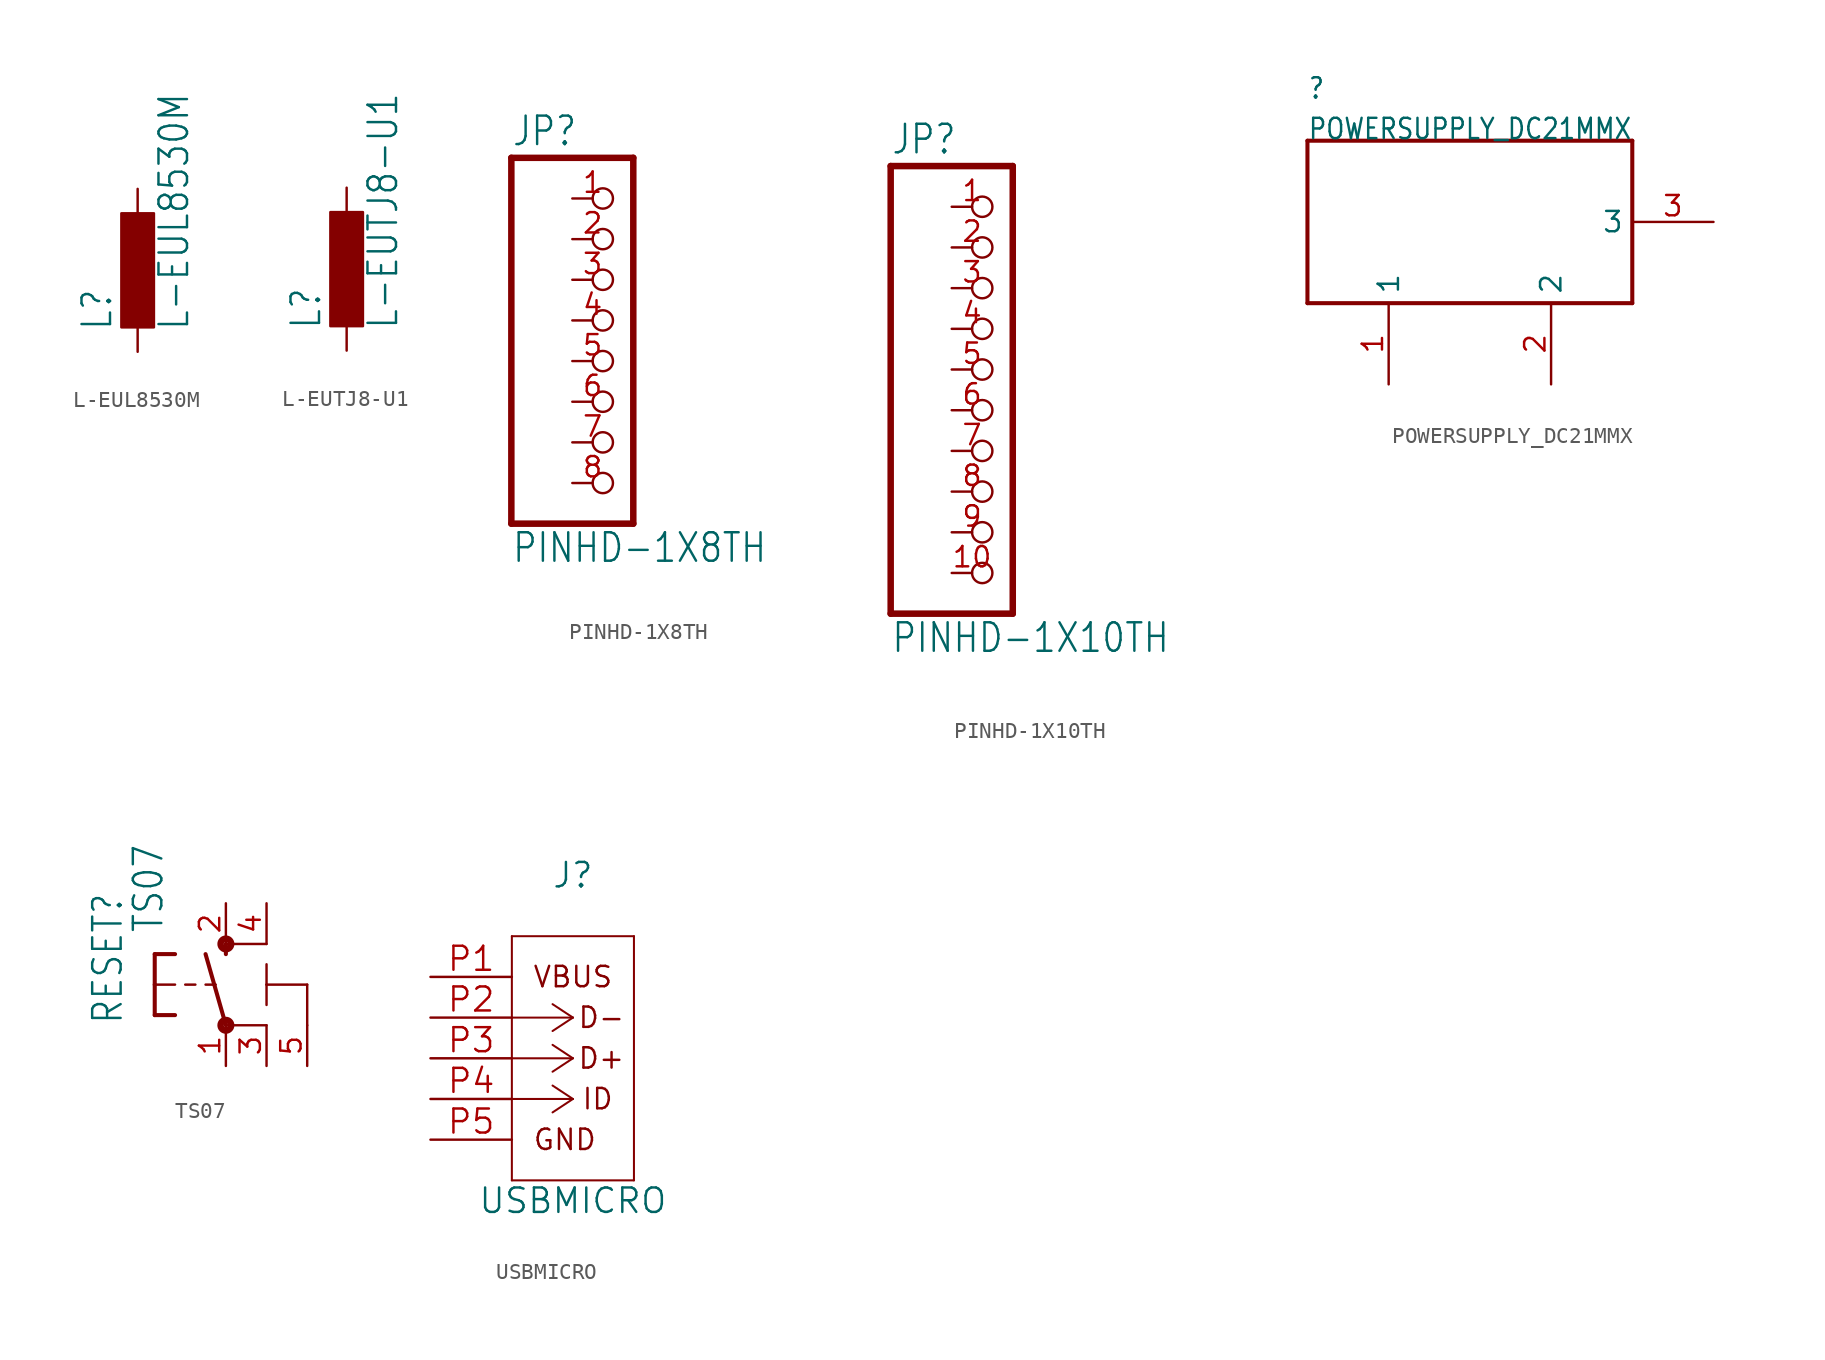
<source format=kicad_sym>
(kicad_symbol_lib
  (version 20211014)
  (generator kicad_symbol_editor)
  (symbol "L-EUL8530M"
    (property "Reference" "L"
      (at -1.499 -3.81 90)
      (effects (font (size 1.778 1.511)) (justify left bottom)))
    (property "Value" "L-EUL8530M"
      (at 3.302 -3.81 90)
      (effects (font (size 1.778 1.511)) (justify left bottom)))
    (property "ki_locked" ""
      (at 0 0 0)
      (effects (font (size 1.27 1.27))))
    (symbol "L-EUL8530M_1_0"
      (rectangle (start -1.016 -3.556) (end 1.016 3.556) (stroke (width 0) (type default) (color 0 0 0 0)) (fill (type outline)))
      (pin passive line (at 0 5.08 270) (length 2.54) (name "1" (effects (font (size 0 0)))) (number "1" (effects (font (size 0 0)))))
      (pin passive line (at 0 -5.08 90) (length 2.54) (name "2" (effects (font (size 0 0)))) (number "2" (effects (font (size 0 0)))))))
  (symbol "L-EUTJ8-U1"
    (property "Reference" "L"
      (at -1.499 -3.81 90)
      (effects (font (size 1.778 1.511)) (justify left bottom)))
    (property "Value" "L-EUTJ8-U1"
      (at 3.302 -3.81 90)
      (effects (font (size 1.778 1.511)) (justify left bottom)))
    (property "ki_locked" ""
      (at 0 0 0)
      (effects (font (size 1.27 1.27))))
    (symbol "L-EUTJ8-U1_1_0"
      (rectangle (start -1.016 -3.556) (end 1.016 3.556) (stroke (width 0) (type default) (color 0 0 0 0)) (fill (type outline)))
      (pin passive line (at 0 5.08 270) (length 2.54) (name "1" (effects (font (size 0 0)))) (number "1" (effects (font (size 0 0)))))
      (pin passive line (at 0 -5.08 90) (length 2.54) (name "2" (effects (font (size 0 0)))) (number "2" (effects (font (size 0 0)))))))
  (symbol "PINHD-1X8TH"
    (property "Reference" "JP"
      (at -6.35 13.335 0)
      (effects (font (size 1.778 1.511)) (justify left bottom)))
    (property "Value" "PINHD-1X8TH"
      (at -6.35 -12.7 0)
      (effects (font (size 1.778 1.511)) (justify left bottom)))
    (property "ki_locked" ""
      (at 0 0 0)
      (effects (font (size 1.27 1.27))))
    (symbol "PINHD-1X8TH_1_0"
      (polyline (pts (xy -6.35 -10.16) (xy 1.27 -10.16)) (stroke (width 0.406) (type default) (color 0 0 0 0)) (fill (type none)))
      (polyline (pts (xy -6.35 12.7) (xy -6.35 -10.16)) (stroke (width 0.406) (type default) (color 0 0 0 0)) (fill (type none)))
      (polyline (pts (xy 1.27 -10.16) (xy 1.27 12.7)) (stroke (width 0.406) (type default) (color 0 0 0 0)) (fill (type none)))
      (polyline (pts (xy 1.27 12.7) (xy -6.35 12.7)) (stroke (width 0.406) (type default) (color 0 0 0 0)) (fill (type none)))
      (pin passive inverted (at -2.54 10.16 0) (length 2.54) (name "1" (effects (font (size 0 0)))) (number "1" (effects (font (size 1.27 1.27)))))
      (pin passive inverted (at -2.54 7.62 0) (length 2.54) (name "2" (effects (font (size 0 0)))) (number "2" (effects (font (size 1.27 1.27)))))
      (pin passive inverted (at -2.54 5.08 0) (length 2.54) (name "3" (effects (font (size 0 0)))) (number "3" (effects (font (size 1.27 1.27)))))
      (pin passive inverted (at -2.54 2.54 0) (length 2.54) (name "4" (effects (font (size 0 0)))) (number "4" (effects (font (size 1.27 1.27)))))
      (pin passive inverted (at -2.54 0 0) (length 2.54) (name "5" (effects (font (size 0 0)))) (number "5" (effects (font (size 1.27 1.27)))))
      (pin passive inverted (at -2.54 -2.54 0) (length 2.54) (name "6" (effects (font (size 0 0)))) (number "6" (effects (font (size 1.27 1.27)))))
      (pin passive inverted (at -2.54 -5.08 0) (length 2.54) (name "7" (effects (font (size 0 0)))) (number "7" (effects (font (size 1.27 1.27)))))
      (pin passive inverted (at -2.54 -7.62 0) (length 2.54) (name "8" (effects (font (size 0 0)))) (number "8" (effects (font (size 1.27 1.27)))))))
  (symbol "PINHD-1X10TH"
    (property "Reference" "JP"
      (at -6.35 13.335 0)
      (effects (font (size 1.778 1.511)) (justify left bottom)))
    (property "Value" "PINHD-1X10TH"
      (at -6.35 -17.78 0)
      (effects (font (size 1.778 1.511)) (justify left bottom)))
    (property "ki_locked" ""
      (at 0 0 0)
      (effects (font (size 1.27 1.27))))
    (symbol "PINHD-1X10TH_1_0"
      (polyline (pts (xy -6.35 -15.24) (xy 1.27 -15.24)) (stroke (width 0.406) (type default) (color 0 0 0 0)) (fill (type none)))
      (polyline (pts (xy -6.35 12.7) (xy -6.35 -15.24)) (stroke (width 0.406) (type default) (color 0 0 0 0)) (fill (type none)))
      (polyline (pts (xy 1.27 -15.24) (xy 1.27 12.7)) (stroke (width 0.406) (type default) (color 0 0 0 0)) (fill (type none)))
      (polyline (pts (xy 1.27 12.7) (xy -6.35 12.7)) (stroke (width 0.406) (type default) (color 0 0 0 0)) (fill (type none)))
      (pin passive inverted (at -2.54 10.16 0) (length 2.54) (name "1" (effects (font (size 0 0)))) (number "1" (effects (font (size 1.27 1.27)))))
      (pin passive inverted (at -2.54 -12.7 0) (length 2.54) (name "10" (effects (font (size 0 0)))) (number "10" (effects (font (size 1.27 1.27)))))
      (pin passive inverted (at -2.54 7.62 0) (length 2.54) (name "2" (effects (font (size 0 0)))) (number "2" (effects (font (size 1.27 1.27)))))
      (pin passive inverted (at -2.54 5.08 0) (length 2.54) (name "3" (effects (font (size 0 0)))) (number "3" (effects (font (size 1.27 1.27)))))
      (pin passive inverted (at -2.54 2.54 0) (length 2.54) (name "4" (effects (font (size 0 0)))) (number "4" (effects (font (size 1.27 1.27)))))
      (pin passive inverted (at -2.54 0 0) (length 2.54) (name "5" (effects (font (size 0 0)))) (number "5" (effects (font (size 1.27 1.27)))))
      (pin passive inverted (at -2.54 -2.54 0) (length 2.54) (name "6" (effects (font (size 0 0)))) (number "6" (effects (font (size 1.27 1.27)))))
      (pin passive inverted (at -2.54 -5.08 0) (length 2.54) (name "7" (effects (font (size 0 0)))) (number "7" (effects (font (size 1.27 1.27)))))
      (pin passive inverted (at -2.54 -7.62 0) (length 2.54) (name "8" (effects (font (size 0 0)))) (number "8" (effects (font (size 1.27 1.27)))))
      (pin passive inverted (at -2.54 -10.16 0) (length 2.54) (name "9" (effects (font (size 0 0)))) (number "9" (effects (font (size 1.27 1.27)))))))
  (symbol "POWERSUPPLY_DC21MMX"
    (property "Reference" ""
      (at -10.16 7.62 0)
      (effects (font (size 1.27 1.079)) (justify left bottom)))
    (property "Value" "POWERSUPPLY_DC21MMX"
      (at -10.16 5.08 0)
      (effects (font (size 1.27 1.079)) (justify left bottom)))
    (property "ki_locked" ""
      (at 0 0 0)
      (effects (font (size 1.27 1.27))))
    (symbol "POWERSUPPLY_DC21MMX_1_0"
      (polyline (pts (xy -10.16 -5.08) (xy -10.16 5.08)) (stroke (width 0.254) (type default) (color 0 0 0 0)) (fill (type none)))
      (polyline (pts (xy -10.16 5.08) (xy 10.16 5.08)) (stroke (width 0.254) (type default) (color 0 0 0 0)) (fill (type none)))
      (polyline (pts (xy 10.16 -5.08) (xy -10.16 -5.08)) (stroke (width 0.254) (type default) (color 0 0 0 0)) (fill (type none)))
      (polyline (pts (xy 10.16 5.08) (xy 10.16 -5.08)) (stroke (width 0.254) (type default) (color 0 0 0 0)) (fill (type none)))
      (pin power_in line (at -5.08 -10.16 90) (length 5.08) (name "1" (effects (font (size 1.27 1.27)))) (number "1" (effects (font (size 1.27 1.27)))))
      (pin power_in line (at 5.08 -10.16 90) (length 5.08) (name "2" (effects (font (size 1.27 1.27)))) (number "2" (effects (font (size 1.27 1.27)))))
      (pin power_in line (at 15.24 0 180) (length 5.08) (name "3" (effects (font (size 1.27 1.27)))) (number "3" (effects (font (size 1.27 1.27)))))))
  (symbol "TS07"
    (property "Reference" "RESET"
      (at -6.35 -2.54 90)
      (effects (font (size 1.778 1.511)) (justify left bottom)))
    (property "Value" "TS07"
      (at -3.81 3.175 90)
      (effects (font (size 1.778 1.511)) (justify left bottom)))
    (symbol "TS07_1_0"
      (circle (center 0 -2.54) (radius 0.127) (stroke (width 0.406) (type default) (color 0 0 0 0)) (fill (type none)))
      (polyline (pts (xy -4.445 -1.905) (xy -3.175 -1.905)) (stroke (width 0.254) (type default) (color 0 0 0 0)) (fill (type none)))
      (polyline (pts (xy -4.445 0) (xy -4.445 -1.905)) (stroke (width 0.254) (type default) (color 0 0 0 0)) (fill (type none)))
      (polyline (pts (xy -4.445 0) (xy -3.175 0)) (stroke (width 0.152) (type default) (color 0 0 0 0)) (fill (type none)))
      (polyline (pts (xy -4.445 1.905) (xy -4.445 0)) (stroke (width 0.254) (type default) (color 0 0 0 0)) (fill (type none)))
      (polyline (pts (xy -4.445 1.905) (xy -3.175 1.905)) (stroke (width 0.254) (type default) (color 0 0 0 0)) (fill (type none)))
      (polyline (pts (xy -2.54 0) (xy -1.905 0)) (stroke (width 0.152) (type default) (color 0 0 0 0)) (fill (type none)))
      (polyline (pts (xy -1.27 0) (xy -0.635 0)) (stroke (width 0.152) (type default) (color 0 0 0 0)) (fill (type none)))
      (polyline (pts (xy 0 -2.54) (xy -1.27 1.905)) (stroke (width 0.254) (type default) (color 0 0 0 0)) (fill (type none)))
      (polyline (pts (xy 0 1.905) (xy 0 2.54)) (stroke (width 0.254) (type default) (color 0 0 0 0)) (fill (type none)))
      (polyline (pts (xy 2.54 -2.54) (xy 0 -2.54)) (stroke (width 0.152) (type default) (color 0 0 0 0)) (fill (type none)))
      (polyline (pts (xy 2.54 0) (xy 2.54 -1.27)) (stroke (width 0.152) (type default) (color 0 0 0 0)) (fill (type none)))
      (polyline (pts (xy 2.54 0) (xy 2.54 1.27)) (stroke (width 0.152) (type default) (color 0 0 0 0)) (fill (type none)))
      (polyline (pts (xy 2.54 2.54) (xy 0 2.54)) (stroke (width 0.152) (type default) (color 0 0 0 0)) (fill (type none)))
      (polyline (pts (xy 5.08 -2.54) (xy 5.08 0)) (stroke (width 0.152) (type default) (color 0 0 0 0)) (fill (type none)))
      (polyline (pts (xy 5.08 0) (xy 2.54 0)) (stroke (width 0.152) (type default) (color 0 0 0 0)) (fill (type none)))
      (circle (center 0 2.54) (radius 0.127) (stroke (width 0.406) (type default) (color 0 0 0 0)) (fill (type none)))
      (pin passive line (at 0 -5.08 90) (length 2.54) (name "1" (effects (font (size 0 0)))) (number "1" (effects (font (size 1.27 1.27)))))
      (pin passive line (at 0 5.08 270) (length 2.54) (name "2" (effects (font (size 0 0)))) (number "2" (effects (font (size 1.27 1.27)))))
      (pin passive line (at 2.54 -5.08 90) (length 2.54) (name "3" (effects (font (size 0 0)))) (number "3" (effects (font (size 1.27 1.27)))))
      (pin passive line (at 2.54 5.08 270) (length 2.54) (name "4" (effects (font (size 0 0)))) (number "4" (effects (font (size 1.27 1.27)))))
      (pin power_in line (at 5.08 -5.08 90) (length 2.54) (name "5-GND" (effects (font (size 0 0)))) (number "5" (effects (font (size 1.27 1.27)))))))
  (symbol "USBMICRO"
    (pin_names
      (offset 0.254) hide)
    (property "Reference" "J"
      (at 8.89 6.35 0)
      (effects (font (size 1.524 1.524))))
    (property "Value" "USBMICRO"
      (at 8.89 -13.97 0)
      (effects (font (size 1.524 1.524))))
    (property "Datasheet" ""
      (at 0 0 0)
      (effects (font (size 1.524 1.524))))
    (symbol "USBMICRO_0_0"
      (text "D+" (at 10.668 -5.08 0) (effects (font (size 1.27 1.27))))
      (text "D-" (at 10.668 -2.54 0) (effects (font (size 1.27 1.27))))
      (text "GND" (at 6.35 -10.16 0) (effects (font (size 1.27 1.27)) (justify left)))
      (text "ID" (at 9.398 -7.62 0) (effects (font (size 1.27 1.27)) (justify left)))
      (text "VBUS" (at 8.89 0 0) (effects (font (size 1.27 1.27)))))
    (symbol "USBMICRO_1_1"
      (polyline (pts (xy 5.08 -12.7) (xy 12.7 -12.7)) (stroke (width 0.127) (type default) (color 0 0 0 0)) (fill (type none)))
      (polyline (pts (xy 5.08 2.54) (xy 5.08 -12.7)) (stroke (width 0.127) (type default) (color 0 0 0 0)) (fill (type none)))
      (polyline (pts (xy 8.89 -7.62) (xy 5.08 -7.62)) (stroke (width 0.127) (type default) (color 0 0 0 0)) (fill (type none)))
      (polyline (pts (xy 8.89 -7.62) (xy 7.62 -8.458)) (stroke (width 0.127) (type default) (color 0 0 0 0)) (fill (type none)))
      (polyline (pts (xy 8.89 -7.62) (xy 7.62 -6.782)) (stroke (width 0.127) (type default) (color 0 0 0 0)) (fill (type none)))
      (polyline (pts (xy 8.89 -5.08) (xy 5.08 -5.08)) (stroke (width 0.127) (type default) (color 0 0 0 0)) (fill (type none)))
      (polyline (pts (xy 8.89 -5.08) (xy 7.62 -5.918)) (stroke (width 0.127) (type default) (color 0 0 0 0)) (fill (type none)))
      (polyline (pts (xy 8.89 -5.08) (xy 7.62 -4.242)) (stroke (width 0.127) (type default) (color 0 0 0 0)) (fill (type none)))
      (polyline (pts (xy 8.89 -2.54) (xy 5.08 -2.54)) (stroke (width 0.127) (type default) (color 0 0 0 0)) (fill (type none)))
      (polyline (pts (xy 8.89 -2.54) (xy 7.62 -3.378)) (stroke (width 0.127) (type default) (color 0 0 0 0)) (fill (type none)))
      (polyline (pts (xy 8.89 -2.54) (xy 7.62 -1.702)) (stroke (width 0.127) (type default) (color 0 0 0 0)) (fill (type none)))
      (polyline (pts (xy 12.7 -12.7) (xy 12.7 2.54)) (stroke (width 0.127) (type default) (color 0 0 0 0)) (fill (type none)))
      (polyline (pts (xy 12.7 2.54) (xy 5.08 2.54)) (stroke (width 0.127) (type default) (color 0 0 0 0)) (fill (type none)))
      (pin power_in line (at 0 0 0) (length 5.08) (name "VBUS" (effects (font (size 1.499 1.499)))) (number "P1" (effects (font (size 1.499 1.499)))))
      (pin bidirectional line (at 0 -2.54 0) (length 5.08) (name "D-" (effects (font (size 1.499 1.499)))) (number "P2" (effects (font (size 1.499 1.499)))))
      (pin bidirectional line (at 0 -5.08 0) (length 5.08) (name "D+" (effects (font (size 1.499 1.499)))) (number "P3" (effects (font (size 1.499 1.499)))))
      (pin bidirectional line (at 0 -7.62 0) (length 5.08) (name "ID" (effects (font (size 1.499 1.499)))) (number "P4" (effects (font (size 1.499 1.499)))))
      (pin passive line (at 0 -10.16 0) (length 5.08) (name "GND" (effects (font (size 1.499 1.499)))) (number "P5" (effects (font (size 1.499 1.499))))))))
</source>
